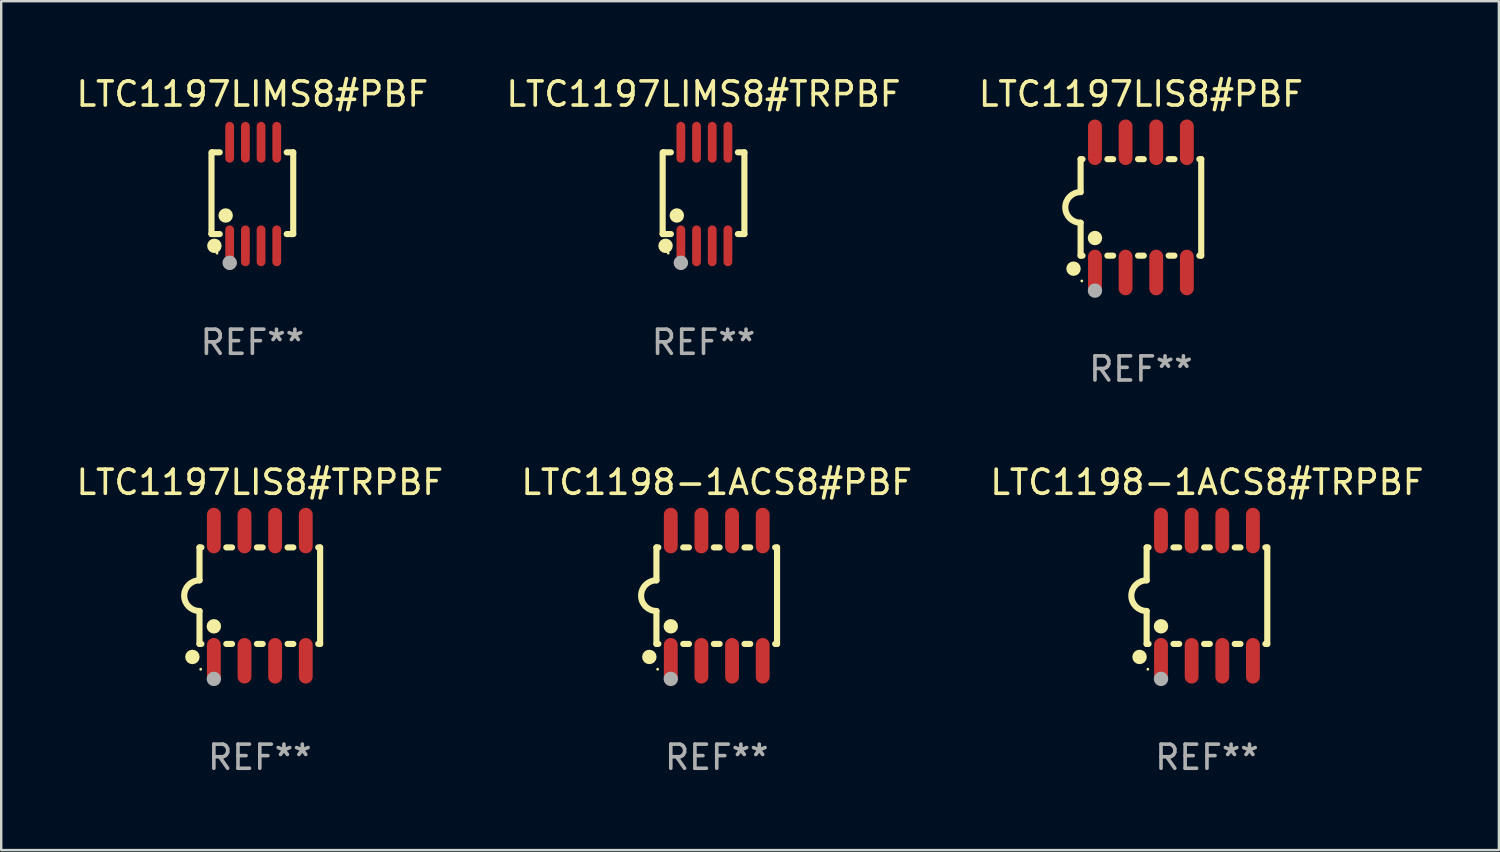
<source format=kicad_pcb>
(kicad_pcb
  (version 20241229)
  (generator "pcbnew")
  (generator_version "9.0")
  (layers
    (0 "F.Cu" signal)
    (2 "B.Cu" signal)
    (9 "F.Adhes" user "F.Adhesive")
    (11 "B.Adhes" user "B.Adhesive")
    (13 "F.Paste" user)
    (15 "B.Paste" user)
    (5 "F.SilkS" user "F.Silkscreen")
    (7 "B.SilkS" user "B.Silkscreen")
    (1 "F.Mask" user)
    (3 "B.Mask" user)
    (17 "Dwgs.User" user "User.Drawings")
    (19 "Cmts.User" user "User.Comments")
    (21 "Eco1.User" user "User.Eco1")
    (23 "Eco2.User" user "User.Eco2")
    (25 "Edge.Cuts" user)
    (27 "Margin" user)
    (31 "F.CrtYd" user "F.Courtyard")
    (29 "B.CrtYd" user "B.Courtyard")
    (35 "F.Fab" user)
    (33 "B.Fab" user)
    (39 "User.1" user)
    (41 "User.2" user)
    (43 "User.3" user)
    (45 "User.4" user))
  (footprint "LTC1198-1ACS8#PBF"
    (layer "F.Cu")
    (at 26.661 21.642)
    (property "Reference" "LTC1198-1ACS8#PBF" (at 0 -4.699 0) (layer "F.SilkS") (effects (font (size 1 1) (thickness 0.15))))
    (attr through_hole)
    (fp_line (start -2.5 -2) (end -2.5 -0.635) (stroke (width 0.254) (type solid)) (layer "F.SilkS"))
    (fp_line (start -2.5 -2) (end -2.421 -2) (stroke (width 0.254) (type solid)) (layer "F.SilkS"))
    (fp_line (start -2.5 2) (end -2.5 0.635) (stroke (width 0.254) (type solid)) (layer "F.SilkS"))
    (fp_line (start -2.5 2) (end -2.421 2) (stroke (width 0.254) (type solid)) (layer "F.SilkS"))
    (fp_line (start -1.389 -2) (end -1.151 -2) (stroke (width 0.254) (type solid)) (layer "F.SilkS"))
    (fp_line (start -1.389 2) (end -1.151 2) (stroke (width 0.254) (type solid)) (layer "F.SilkS"))
    (fp_line (start -0.119 -2) (end 0.119 -2) (stroke (width 0.254) (type solid)) (layer "F.SilkS"))
    (fp_line (start -0.119 2) (end 0.119 2) (stroke (width 0.254) (type solid)) (layer "F.SilkS"))
    (fp_line (start 1.151 -2) (end 1.389 -2) (stroke (width 0.254) (type solid)) (layer "F.SilkS"))
    (fp_line (start 1.151 2) (end 1.389 2) (stroke (width 0.254) (type solid)) (layer "F.SilkS"))
    (fp_line (start 2.421 -2) (end 2.5 -2) (stroke (width 0.254) (type solid)) (layer "F.SilkS"))
    (fp_line (start 2.421 2) (end 2.5 2) (stroke (width 0.254) (type solid)) (layer "F.SilkS"))
    (fp_line (start 2.5 -2) (end 2.5 2) (stroke (width 0.254) (type solid)) (layer "F.SilkS"))
    (fp_arc (start -2.5 0.635001) (mid -3.134366 -0.000318) (end -2.499365 -0.635001) (stroke (width 0.254001) (type solid)) (layer "F.SilkS"))
    (fp_circle (center -2.794 2.54) (end -2.644 2.54) (stroke (width 0.3) (type solid)) (fill no) (layer "F.SilkS"))
    (fp_circle (center -2.45 3.05) (end -2.42 3.05) (stroke (width 0.06) (type solid)) (fill no) (layer "F.SilkS"))
    (fp_circle (center -1.905 1.27) (end -1.755 1.27) (stroke (width 0.3) (type solid)) (fill no) (layer "F.SilkS"))
    (fp_circle (center -1.905 3.45) (end -1.755 3.45) (stroke (width 0.3) (type solid)) (fill no) (layer "F.Fab"))
    (fp_text user "REF**" (at 0 6.699 0) (layer "F.Fab") (effects (font (size 1 1) (thickness 0.15))))
    (pad "1" smd oval (at -1.905 2.699) (size 0.574 1.888) (layers "F.Cu" "F.Mask" "F.Paste"))
    (pad "2" smd oval (at -0.635 2.699) (size 0.574 1.888) (layers "F.Cu" "F.Mask" "F.Paste"))
    (pad "3" smd oval (at 0.635 2.699) (size 0.574 1.888) (layers "F.Cu" "F.Mask" "F.Paste"))
    (pad "4" smd oval (at 1.905 2.699) (size 0.574 1.888) (layers "F.Cu" "F.Mask" "F.Paste"))
    (pad "5" smd oval (at 1.905 -2.699) (size 0.574 1.888) (layers "F.Cu" "F.Mask" "F.Paste"))
    (pad "6" smd oval (at 0.635 -2.699) (size 0.574 1.888) (layers "F.Cu" "F.Mask" "F.Paste"))
    (pad "7" smd oval (at -0.635 -2.699) (size 0.574 1.888) (layers "F.Cu" "F.Mask" "F.Paste"))
    (pad "8" smd oval (at -1.905 -2.699) (size 0.574 1.888) (layers "F.Cu" "F.Mask" "F.Paste")))
  (footprint "LTC1197LIS8#PBF"
    (layer "F.Cu")
    (at 44.244 5.547)
    (property "Reference" "LTC1197LIS8#PBF" (at 0 -4.699 0) (layer "F.SilkS") (effects (font (size 1 1) (thickness 0.15))))
    (attr through_hole)
    (fp_line (start -2.5 -2) (end -2.5 -0.635) (stroke (width 0.254) (type solid)) (layer "F.SilkS"))
    (fp_line (start -2.5 -2) (end -2.421 -2) (stroke (width 0.254) (type solid)) (layer "F.SilkS"))
    (fp_line (start -2.5 2) (end -2.5 0.635) (stroke (width 0.254) (type solid)) (layer "F.SilkS"))
    (fp_line (start -2.5 2) (end -2.421 2) (stroke (width 0.254) (type solid)) (layer "F.SilkS"))
    (fp_line (start -1.389 -2) (end -1.151 -2) (stroke (width 0.254) (type solid)) (layer "F.SilkS"))
    (fp_line (start -1.389 2) (end -1.151 2) (stroke (width 0.254) (type solid)) (layer "F.SilkS"))
    (fp_line (start -0.119 -2) (end 0.119 -2) (stroke (width 0.254) (type solid)) (layer "F.SilkS"))
    (fp_line (start -0.119 2) (end 0.119 2) (stroke (width 0.254) (type solid)) (layer "F.SilkS"))
    (fp_line (start 1.151 -2) (end 1.389 -2) (stroke (width 0.254) (type solid)) (layer "F.SilkS"))
    (fp_line (start 1.151 2) (end 1.389 2) (stroke (width 0.254) (type solid)) (layer "F.SilkS"))
    (fp_line (start 2.421 -2) (end 2.5 -2) (stroke (width 0.254) (type solid)) (layer "F.SilkS"))
    (fp_line (start 2.421 2) (end 2.5 2) (stroke (width 0.254) (type solid)) (layer "F.SilkS"))
    (fp_line (start 2.5 -2) (end 2.5 2) (stroke (width 0.254) (type solid)) (layer "F.SilkS"))
    (fp_arc (start -2.5 0.635001) (mid -3.134366 -0.000318) (end -2.499365 -0.635001) (stroke (width 0.254001) (type solid)) (layer "F.SilkS"))
    (fp_circle (center -2.794 2.54) (end -2.644 2.54) (stroke (width 0.3) (type solid)) (fill no) (layer "F.SilkS"))
    (fp_circle (center -2.45 3.05) (end -2.42 3.05) (stroke (width 0.06) (type solid)) (fill no) (layer "F.SilkS"))
    (fp_circle (center -1.905 1.27) (end -1.755 1.27) (stroke (width 0.3) (type solid)) (fill no) (layer "F.SilkS"))
    (fp_circle (center -1.905 3.45) (end -1.755 3.45) (stroke (width 0.3) (type solid)) (fill no) (layer "F.Fab"))
    (fp_text user "REF**" (at 0 6.699 0) (layer "F.Fab") (effects (font (size 1 1) (thickness 0.15))))
    (pad "1" smd oval (at -1.905 2.699) (size 0.574 1.888) (layers "F.Cu" "F.Mask" "F.Paste"))
    (pad "2" smd oval (at -0.635 2.699) (size 0.574 1.888) (layers "F.Cu" "F.Mask" "F.Paste"))
    (pad "3" smd oval (at 0.635 2.699) (size 0.574 1.888) (layers "F.Cu" "F.Mask" "F.Paste"))
    (pad "4" smd oval (at 1.905 2.699) (size 0.574 1.888) (layers "F.Cu" "F.Mask" "F.Paste"))
    (pad "5" smd oval (at 1.905 -2.699) (size 0.574 1.888) (layers "F.Cu" "F.Mask" "F.Paste"))
    (pad "6" smd oval (at 0.635 -2.699) (size 0.574 1.888) (layers "F.Cu" "F.Mask" "F.Paste"))
    (pad "7" smd oval (at -0.635 -2.699) (size 0.574 1.888) (layers "F.Cu" "F.Mask" "F.Paste"))
    (pad "8" smd oval (at -1.905 -2.699) (size 0.574 1.888) (layers "F.Cu" "F.Mask" "F.Paste")))
  (footprint "LTC1197LIS8#TRPBF"
    (layer "F.Cu")
    (at 7.72 21.642)
    (property "Reference" "LTC1197LIS8#TRPBF" (at 0 -4.699 0) (layer "F.SilkS") (effects (font (size 1 1) (thickness 0.15))))
    (attr through_hole)
    (fp_line (start -2.5 -2) (end -2.5 -0.635) (stroke (width 0.254) (type solid)) (layer "F.SilkS"))
    (fp_line (start -2.5 -2) (end -2.421 -2) (stroke (width 0.254) (type solid)) (layer "F.SilkS"))
    (fp_line (start -2.5 2) (end -2.5 0.635) (stroke (width 0.254) (type solid)) (layer "F.SilkS"))
    (fp_line (start -2.5 2) (end -2.421 2) (stroke (width 0.254) (type solid)) (layer "F.SilkS"))
    (fp_line (start -1.389 -2) (end -1.151 -2) (stroke (width 0.254) (type solid)) (layer "F.SilkS"))
    (fp_line (start -1.389 2) (end -1.151 2) (stroke (width 0.254) (type solid)) (layer "F.SilkS"))
    (fp_line (start -0.119 -2) (end 0.119 -2) (stroke (width 0.254) (type solid)) (layer "F.SilkS"))
    (fp_line (start -0.119 2) (end 0.119 2) (stroke (width 0.254) (type solid)) (layer "F.SilkS"))
    (fp_line (start 1.151 -2) (end 1.389 -2) (stroke (width 0.254) (type solid)) (layer "F.SilkS"))
    (fp_line (start 1.151 2) (end 1.389 2) (stroke (width 0.254) (type solid)) (layer "F.SilkS"))
    (fp_line (start 2.421 -2) (end 2.5 -2) (stroke (width 0.254) (type solid)) (layer "F.SilkS"))
    (fp_line (start 2.421 2) (end 2.5 2) (stroke (width 0.254) (type solid)) (layer "F.SilkS"))
    (fp_line (start 2.5 -2) (end 2.5 2) (stroke (width 0.254) (type solid)) (layer "F.SilkS"))
    (fp_arc (start -2.5 0.635001) (mid -3.134366 -0.000318) (end -2.499365 -0.635001) (stroke (width 0.254001) (type solid)) (layer "F.SilkS"))
    (fp_circle (center -2.794 2.54) (end -2.644 2.54) (stroke (width 0.3) (type solid)) (fill no) (layer "F.SilkS"))
    (fp_circle (center -2.45 3.05) (end -2.42 3.05) (stroke (width 0.06) (type solid)) (fill no) (layer "F.SilkS"))
    (fp_circle (center -1.905 1.27) (end -1.755 1.27) (stroke (width 0.3) (type solid)) (fill no) (layer "F.SilkS"))
    (fp_circle (center -1.905 3.45) (end -1.755 3.45) (stroke (width 0.3) (type solid)) (fill no) (layer "F.Fab"))
    (fp_text user "REF**" (at 0 6.699 0) (layer "F.Fab") (effects (font (size 1 1) (thickness 0.15))))
    (pad "1" smd oval (at -1.905 2.699) (size 0.574 1.888) (layers "F.Cu" "F.Mask" "F.Paste"))
    (pad "2" smd oval (at -0.635 2.699) (size 0.574 1.888) (layers "F.Cu" "F.Mask" "F.Paste"))
    (pad "3" smd oval (at 0.635 2.699) (size 0.574 1.888) (layers "F.Cu" "F.Mask" "F.Paste"))
    (pad "4" smd oval (at 1.905 2.699) (size 0.574 1.888) (layers "F.Cu" "F.Mask" "F.Paste"))
    (pad "5" smd oval (at 1.905 -2.699) (size 0.574 1.888) (layers "F.Cu" "F.Mask" "F.Paste"))
    (pad "6" smd oval (at 0.635 -2.699) (size 0.574 1.888) (layers "F.Cu" "F.Mask" "F.Paste"))
    (pad "7" smd oval (at -0.635 -2.699) (size 0.574 1.888) (layers "F.Cu" "F.Mask" "F.Paste"))
    (pad "8" smd oval (at -1.905 -2.699) (size 0.574 1.888) (layers "F.Cu" "F.Mask" "F.Paste")))
  (footprint "LTC1198-1ACS8#TRPBF"
    (layer "F.Cu")
    (at 46.982 21.642)
    (property "Reference" "LTC1198-1ACS8#TRPBF" (at 0 -4.699 0) (layer "F.SilkS") (effects (font (size 1 1) (thickness 0.15))))
    (attr through_hole)
    (fp_line (start -2.5 -2) (end -2.5 -0.635) (stroke (width 0.254) (type solid)) (layer "F.SilkS"))
    (fp_line (start -2.5 -2) (end -2.421 -2) (stroke (width 0.254) (type solid)) (layer "F.SilkS"))
    (fp_line (start -2.5 2) (end -2.5 0.635) (stroke (width 0.254) (type solid)) (layer "F.SilkS"))
    (fp_line (start -2.5 2) (end -2.421 2) (stroke (width 0.254) (type solid)) (layer "F.SilkS"))
    (fp_line (start -1.389 -2) (end -1.151 -2) (stroke (width 0.254) (type solid)) (layer "F.SilkS"))
    (fp_line (start -1.389 2) (end -1.151 2) (stroke (width 0.254) (type solid)) (layer "F.SilkS"))
    (fp_line (start -0.119 -2) (end 0.119 -2) (stroke (width 0.254) (type solid)) (layer "F.SilkS"))
    (fp_line (start -0.119 2) (end 0.119 2) (stroke (width 0.254) (type solid)) (layer "F.SilkS"))
    (fp_line (start 1.151 -2) (end 1.389 -2) (stroke (width 0.254) (type solid)) (layer "F.SilkS"))
    (fp_line (start 1.151 2) (end 1.389 2) (stroke (width 0.254) (type solid)) (layer "F.SilkS"))
    (fp_line (start 2.421 -2) (end 2.5 -2) (stroke (width 0.254) (type solid)) (layer "F.SilkS"))
    (fp_line (start 2.421 2) (end 2.5 2) (stroke (width 0.254) (type solid)) (layer "F.SilkS"))
    (fp_line (start 2.5 -2) (end 2.5 2) (stroke (width 0.254) (type solid)) (layer "F.SilkS"))
    (fp_arc (start -2.5 0.635001) (mid -3.134366 -0.000318) (end -2.499365 -0.635001) (stroke (width 0.254001) (type solid)) (layer "F.SilkS"))
    (fp_circle (center -2.794 2.54) (end -2.644 2.54) (stroke (width 0.3) (type solid)) (fill no) (layer "F.SilkS"))
    (fp_circle (center -2.45 3.05) (end -2.42 3.05) (stroke (width 0.06) (type solid)) (fill no) (layer "F.SilkS"))
    (fp_circle (center -1.905 1.27) (end -1.755 1.27) (stroke (width 0.3) (type solid)) (fill no) (layer "F.SilkS"))
    (fp_circle (center -1.905 3.45) (end -1.755 3.45) (stroke (width 0.3) (type solid)) (fill no) (layer "F.Fab"))
    (fp_text user "REF**" (at 0 6.699 0) (layer "F.Fab") (effects (font (size 1 1) (thickness 0.15))))
    (pad "1" smd oval (at -1.905 2.699) (size 0.574 1.888) (layers "F.Cu" "F.Mask" "F.Paste"))
    (pad "2" smd oval (at -0.635 2.699) (size 0.574 1.888) (layers "F.Cu" "F.Mask" "F.Paste"))
    (pad "3" smd oval (at 0.635 2.699) (size 0.574 1.888) (layers "F.Cu" "F.Mask" "F.Paste"))
    (pad "4" smd oval (at 1.905 2.699) (size 0.574 1.888) (layers "F.Cu" "F.Mask" "F.Paste"))
    (pad "5" smd oval (at 1.905 -2.699) (size 0.574 1.888) (layers "F.Cu" "F.Mask" "F.Paste"))
    (pad "6" smd oval (at 0.635 -2.699) (size 0.574 1.888) (layers "F.Cu" "F.Mask" "F.Paste"))
    (pad "7" smd oval (at -0.635 -2.699) (size 0.574 1.888) (layers "F.Cu" "F.Mask" "F.Paste"))
    (pad "8" smd oval (at -1.905 -2.699) (size 0.574 1.888) (layers "F.Cu" "F.Mask" "F.Paste")))
  (footprint "LTC1197LIMS8#TRPBF"
    (layer "F.Cu")
    (at 26.113 4.994)
    (property "Reference" "LTC1197LIMS8#TRPBF" (at 0 -4.146 0) (layer "F.SilkS") (effects (font (size 1 1) (thickness 0.15))))
    (attr through_hole)
    (fp_line (start -1.694 -1.724) (end -1.694 1.652) (stroke (width 0.254) (type solid)) (layer "F.SilkS"))
    (fp_line (start -1.694 1.652) (end -1.688 1.658) (stroke (width 0.254) (type solid)) (layer "F.SilkS"))
    (fp_line (start -1.688 1.658) (end -1.353 1.658) (stroke (width 0.254) (type solid)) (layer "F.SilkS"))
    (fp_line (start -1.661 -1.73) (end -1.681 -1.71) (stroke (width 0.254) (type solid)) (layer "F.SilkS"))
    (fp_line (start -1.353 -1.73) (end -1.661 -1.73) (stroke (width 0.254) (type solid)) (layer "F.SilkS"))
    (fp_line (start 1.424 1.658) (end 1.694 1.658) (stroke (width 0.254) (type solid)) (layer "F.SilkS"))
    (fp_line (start 1.694 -1.73) (end 1.424 -1.73) (stroke (width 0.254) (type solid)) (layer "F.SilkS"))
    (fp_line (start 1.694 1.658) (end 1.694 -1.73) (stroke (width 0.254) (type solid)) (layer "F.SilkS"))
    (fp_circle (center -1.574 2.146) (end -1.424 2.146) (stroke (width 0.3) (type solid)) (fill no) (layer "F.SilkS"))
    (fp_circle (center -1.464 2.45) (end -1.434 2.45) (stroke (width 0.06) (type solid)) (fill no) (layer "F.SilkS"))
    (fp_circle (center -1.107 0.889) (end -0.957 0.889) (stroke (width 0.3) (type solid)) (fill no) (layer "F.SilkS"))
    (fp_circle (center -0.94 2.85) (end -0.789 2.85) (stroke (width 0.3) (type solid)) (fill no) (layer "F.Fab"))
    (fp_text user "REF**" (at 0 6.146 0) (layer "F.Fab") (effects (font (size 1 1) (thickness 0.15))))
    (pad "1" smd oval (at -0.94 2.146) (size 0.364 1.692) (layers "F.Cu" "F.Mask" "F.Paste"))
    (pad "2" smd oval (at -0.289 2.146) (size 0.364 1.692) (layers "F.Cu" "F.Mask" "F.Paste"))
    (pad "3" smd oval (at 0.361 2.146) (size 0.364 1.692) (layers "F.Cu" "F.Mask" "F.Paste"))
    (pad "4" smd oval (at 1.011 2.146) (size 0.364 1.692) (layers "F.Cu" "F.Mask" "F.Paste"))
    (pad "5" smd oval (at 1.011 -2.146) (size 0.364 1.692) (layers "F.Cu" "F.Mask" "F.Paste"))
    (pad "6" smd oval (at 0.361 -2.146) (size 0.364 1.692) (layers "F.Cu" "F.Mask" "F.Paste"))
    (pad "7" smd oval (at -0.289 -2.146) (size 0.364 1.692) (layers "F.Cu" "F.Mask" "F.Paste"))
    (pad "8" smd oval (at -0.94 -2.146) (size 0.364 1.692) (layers "F.Cu" "F.Mask" "F.Paste")))
  (footprint "LTC1197LIMS8#PBF"
    (layer "F.Cu")
    (at 7.411 4.994)
    (property "Reference" "LTC1197LIMS8#PBF" (at 0 -4.146 0) (layer "F.SilkS") (effects (font (size 1 1) (thickness 0.15))))
    (attr through_hole)
    (fp_line (start -1.694 -1.724) (end -1.694 1.652) (stroke (width 0.254) (type solid)) (layer "F.SilkS"))
    (fp_line (start -1.694 1.652) (end -1.688 1.658) (stroke (width 0.254) (type solid)) (layer "F.SilkS"))
    (fp_line (start -1.688 1.658) (end -1.353 1.658) (stroke (width 0.254) (type solid)) (layer "F.SilkS"))
    (fp_line (start -1.661 -1.73) (end -1.681 -1.71) (stroke (width 0.254) (type solid)) (layer "F.SilkS"))
    (fp_line (start -1.353 -1.73) (end -1.661 -1.73) (stroke (width 0.254) (type solid)) (layer "F.SilkS"))
    (fp_line (start 1.424 1.658) (end 1.694 1.658) (stroke (width 0.254) (type solid)) (layer "F.SilkS"))
    (fp_line (start 1.694 -1.73) (end 1.424 -1.73) (stroke (width 0.254) (type solid)) (layer "F.SilkS"))
    (fp_line (start 1.694 1.658) (end 1.694 -1.73) (stroke (width 0.254) (type solid)) (layer "F.SilkS"))
    (fp_circle (center -1.574 2.146) (end -1.424 2.146) (stroke (width 0.3) (type solid)) (fill no) (layer "F.SilkS"))
    (fp_circle (center -1.464 2.45) (end -1.434 2.45) (stroke (width 0.06) (type solid)) (fill no) (layer "F.SilkS"))
    (fp_circle (center -1.107 0.889) (end -0.957 0.889) (stroke (width 0.3) (type solid)) (fill no) (layer "F.SilkS"))
    (fp_circle (center -0.94 2.85) (end -0.789 2.85) (stroke (width 0.3) (type solid)) (fill no) (layer "F.Fab"))
    (fp_text user "REF**" (at 0 6.146 0) (layer "F.Fab") (effects (font (size 1 1) (thickness 0.15))))
    (pad "1" smd oval (at -0.94 2.146) (size 0.364 1.692) (layers "F.Cu" "F.Mask" "F.Paste"))
    (pad "2" smd oval (at -0.289 2.146) (size 0.364 1.692) (layers "F.Cu" "F.Mask" "F.Paste"))
    (pad "3" smd oval (at 0.361 2.146) (size 0.364 1.692) (layers "F.Cu" "F.Mask" "F.Paste"))
    (pad "4" smd oval (at 1.011 2.146) (size 0.364 1.692) (layers "F.Cu" "F.Mask" "F.Paste"))
    (pad "5" smd oval (at 1.011 -2.146) (size 0.364 1.692) (layers "F.Cu" "F.Mask" "F.Paste"))
    (pad "6" smd oval (at 0.361 -2.146) (size 0.364 1.692) (layers "F.Cu" "F.Mask" "F.Paste"))
    (pad "7" smd oval (at -0.289 -2.146) (size 0.364 1.692) (layers "F.Cu" "F.Mask" "F.Paste"))
    (pad "8" smd oval (at -0.94 -2.146) (size 0.364 1.692) (layers "F.Cu" "F.Mask" "F.Paste")))
  (gr_rect
    (start -3 -3)
    (end 59.083 32.189)
    (stroke (width 0.1) (type default))
    (fill no)
    (layer "Edge.Cuts")))
</source>
